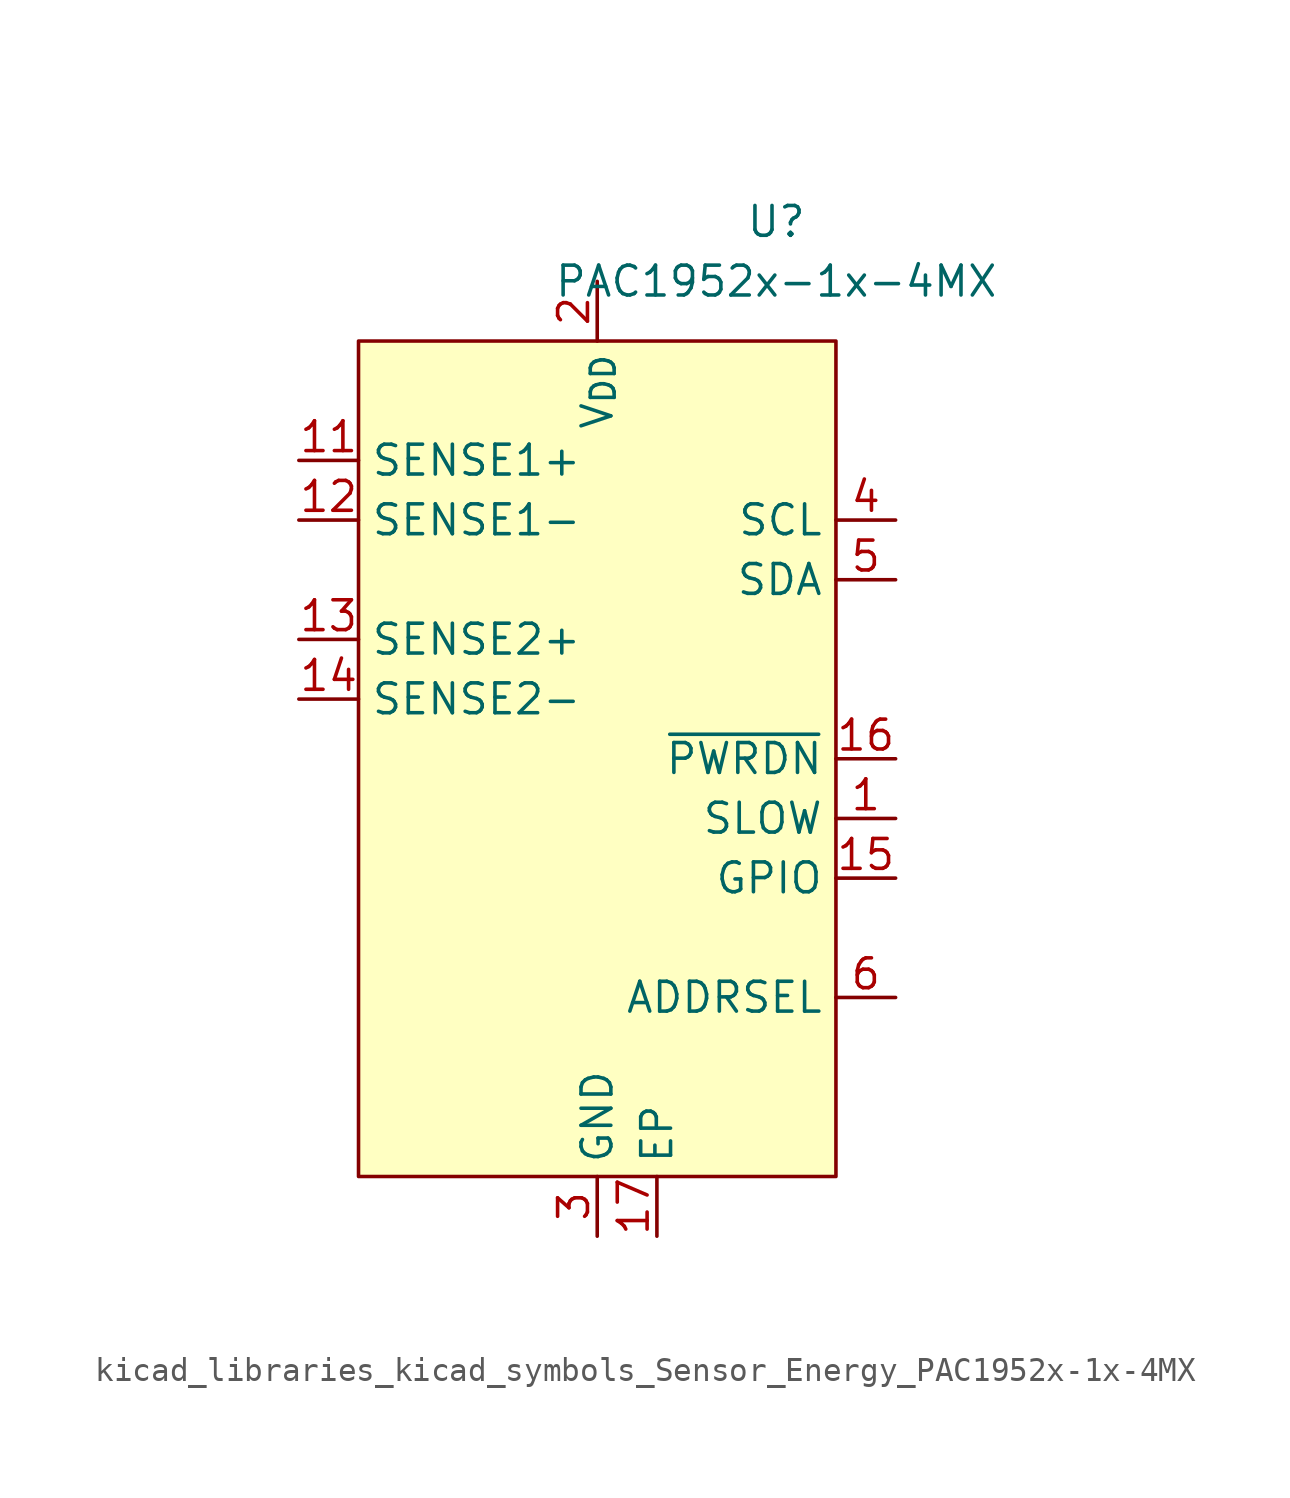
<source format=kicad_sym>
(kicad_symbol_lib
  (version 20220914)
  (generator kicad_symbol_editor)
  (symbol "kicad_libraries_kicad_symbols_Sensor_Energy_PAC1952x-1x-4MX"
    (property "Reference" "U"
      (at 7.62 22.86 0)
      (effects (font (size 1.27 1.27))))
    (property "Value" "PAC1952x-1x-4MX"
      (at 7.62 20.32 0)
      (effects (font (size 1.27 1.27))))
    (symbol "kicad_libraries_kicad_symbols_Sensor_Energy_PAC1952x-1x-4MX_0_0"
      (pin input line (at 12.7 -2.54 180) (length 2.54) (name "SLOW" (effects (font (size 1.27 1.27)))) (number "1" (effects (font (size 1.27 1.27)))) (alternate "GPIO" bidirectional line) (alternate "~{ALERT1}" open_collector line))
      (pin passive line (at 0 -20.32 90) (length 2.54) hide (name "GND" (effects (font (size 1.27 1.27)))) (number "10" (effects (font (size 1.27 1.27)))))
      (pin input line (at -12.7 12.7 0) (length 2.54) (name "SENSE1+" (effects (font (size 1.27 1.27)))) (number "11" (effects (font (size 1.27 1.27)))))
      (pin input line (at -12.7 10.16 0) (length 2.54) (name "SENSE1-" (effects (font (size 1.27 1.27)))) (number "12" (effects (font (size 1.27 1.27)))))
      (pin input line (at -12.7 5.08 0) (length 2.54) (name "SENSE2+" (effects (font (size 1.27 1.27)))) (number "13" (effects (font (size 1.27 1.27)))))
      (pin input line (at -12.7 2.54 0) (length 2.54) (name "SENSE2-" (effects (font (size 1.27 1.27)))) (number "14" (effects (font (size 1.27 1.27)))))
      (pin bidirectional line (at 12.7 -5.08 180) (length 2.54) (name "GPIO" (effects (font (size 1.27 1.27)))) (number "15" (effects (font (size 1.27 1.27)))) (alternate "~{ALERT2}" open_collector line))
      (pin input line (at 12.7 0 180) (length 2.54) (name "~{PWRDN}" (effects (font (size 1.27 1.27)))) (number "16" (effects (font (size 1.27 1.27)))))
      (pin passive line (at 2.54 -20.32 90) (length 2.54) (name "EP" (effects (font (size 1.27 1.27)))) (number "17" (effects (font (size 1.27 1.27)))))
      (pin power_in line (at 0 20.32 270) (length 2.54) (name "V_{DD}" (effects (font (size 1.27 1.27)))) (number "2" (effects (font (size 1.27 1.27)))))
      (pin power_in line (at 0 -20.32 90) (length 2.54) (name "GND" (effects (font (size 1.27 1.27)))) (number "3" (effects (font (size 1.27 1.27)))))
      (pin input line (at 12.7 10.16 180) (length 2.54) (name "SCL" (effects (font (size 1.27 1.27)))) (number "4" (effects (font (size 1.27 1.27)))) (alternate "SM_CLK" input line))
      (pin bidirectional line (at 12.7 7.62 180) (length 2.54) (name "SDA" (effects (font (size 1.27 1.27)))) (number "5" (effects (font (size 1.27 1.27)))) (alternate "SM_DATA" bidirectional line))
      (pin passive line (at 12.7 -10.16 180) (length 2.54) (name "ADDRSEL" (effects (font (size 1.27 1.27)))) (number "6" (effects (font (size 1.27 1.27)))))
      (pin passive line (at 0 -20.32 90) (length 2.54) hide (name "GND" (effects (font (size 1.27 1.27)))) (number "7" (effects (font (size 1.27 1.27)))))
      (pin passive line (at 0 -20.32 90) (length 2.54) hide (name "GND" (effects (font (size 1.27 1.27)))) (number "8" (effects (font (size 1.27 1.27)))))
      (pin passive line (at 0 -20.32 90) (length 2.54) hide (name "GND" (effects (font (size 1.27 1.27)))) (number "9" (effects (font (size 1.27 1.27))))))
    (symbol "kicad_libraries_kicad_symbols_Sensor_Energy_PAC1952x-1x-4MX_0_1"
      (rectangle (start -10.16 17.78) (end 10.16 -17.78) (stroke (width 0) (type default)) (fill (type background))))))
</source>
